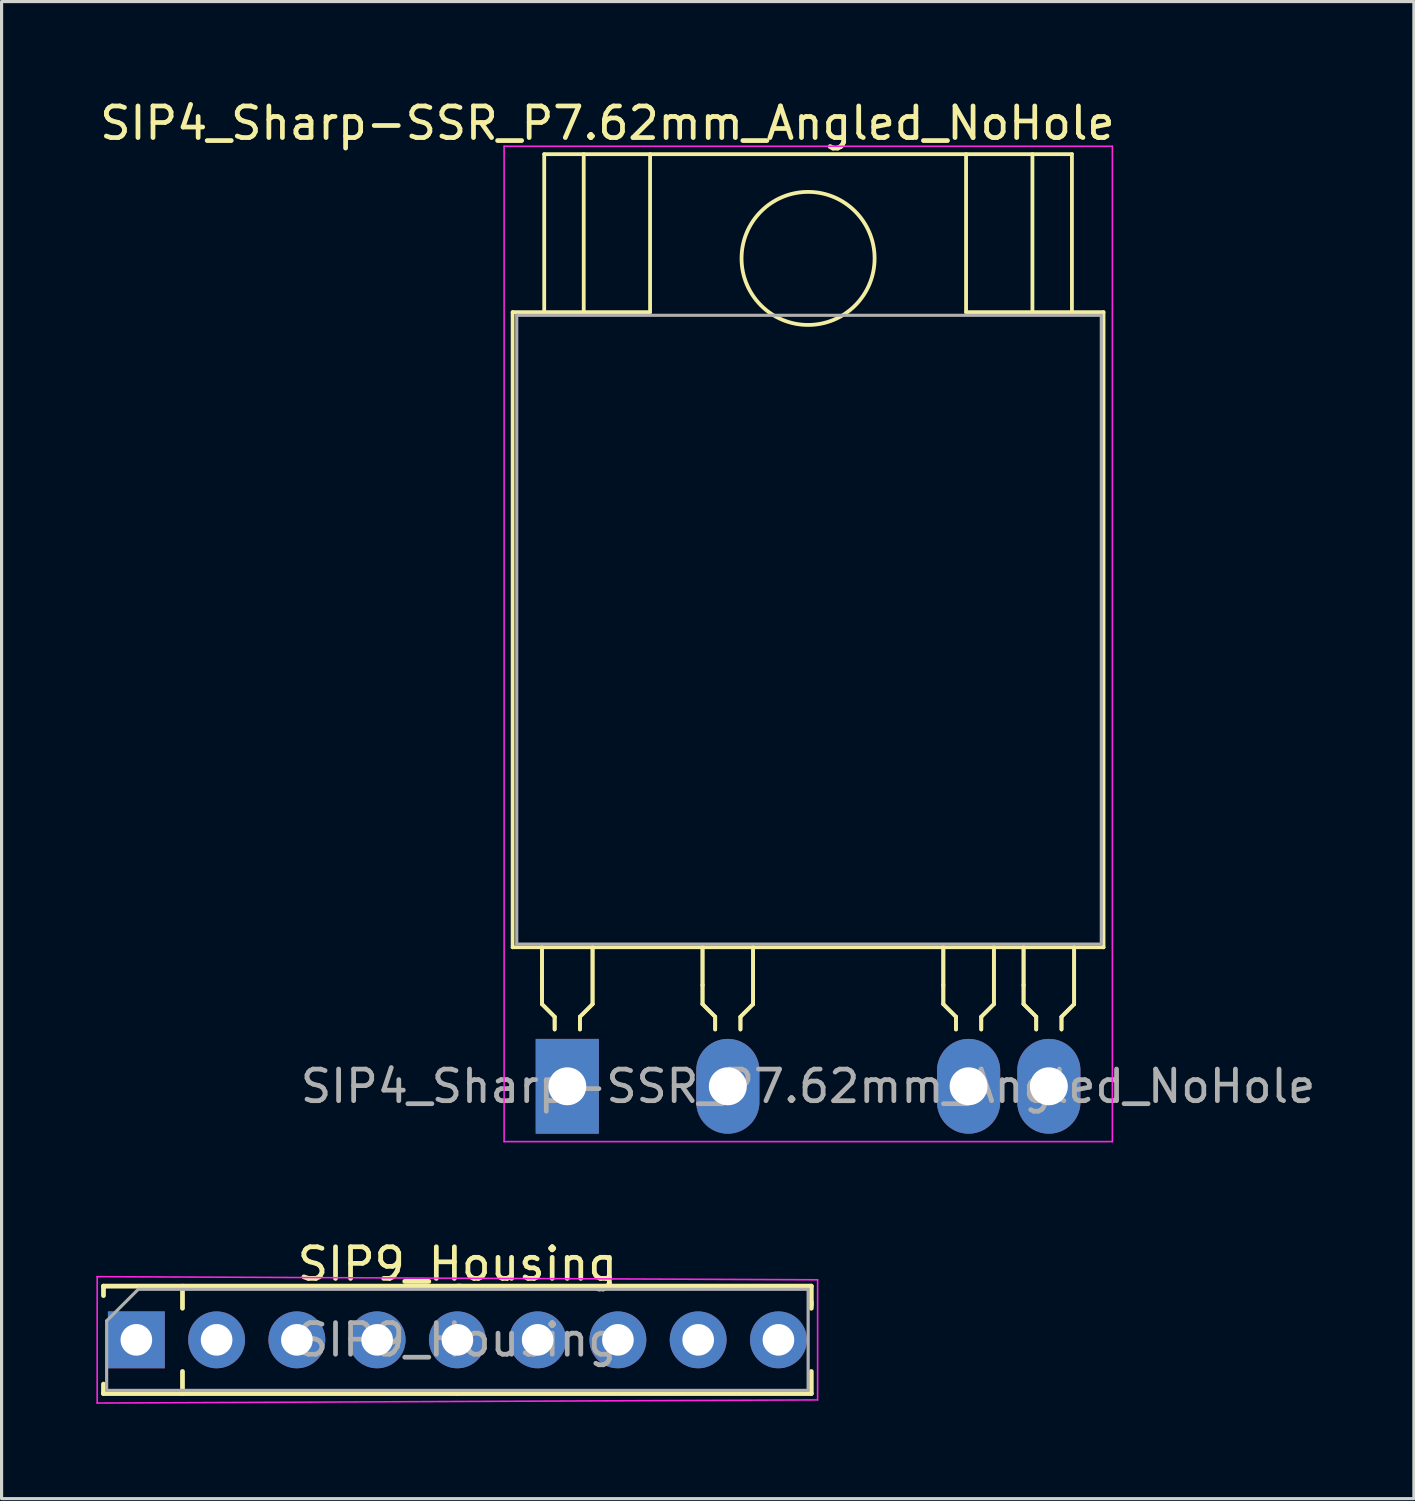
<source format=kicad_pcb>
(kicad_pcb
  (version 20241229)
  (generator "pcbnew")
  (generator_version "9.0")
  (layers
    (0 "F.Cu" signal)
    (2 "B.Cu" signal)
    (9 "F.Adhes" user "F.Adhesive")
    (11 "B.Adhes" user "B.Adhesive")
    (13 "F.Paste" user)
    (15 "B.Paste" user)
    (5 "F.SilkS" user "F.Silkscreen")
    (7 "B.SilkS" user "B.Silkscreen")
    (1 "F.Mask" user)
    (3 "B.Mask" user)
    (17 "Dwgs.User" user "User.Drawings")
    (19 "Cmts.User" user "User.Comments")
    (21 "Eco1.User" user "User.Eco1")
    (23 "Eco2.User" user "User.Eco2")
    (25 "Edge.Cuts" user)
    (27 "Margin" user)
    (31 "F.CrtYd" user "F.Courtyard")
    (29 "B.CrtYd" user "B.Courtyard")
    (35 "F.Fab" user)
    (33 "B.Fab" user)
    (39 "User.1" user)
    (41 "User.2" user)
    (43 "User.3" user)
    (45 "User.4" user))
  (footprint "SIP4_Sharp-SSR_P7.62mm_Angled_NoHole"
    (layer "F.Cu")
    (at 14.903 31.328)
    (property "Reference" "SIP4_Sharp-SSR_P7.62mm_Angled_NoHole" (at 1.27 -30.48 0) (layer "F.SilkS") (effects (font (size 1 1) (thickness 0.15))))
    (attr through_hole)
    (fp_line (start -1.73 -24.5) (end 2.62 -24.5) (stroke (width 0.12) (type solid)) (layer "F.SilkS"))
    (fp_line (start -1.73 -4.4) (end -1.73 -24.5) (stroke (width 0.12) (type solid)) (layer "F.SilkS"))
    (fp_line (start -0.8 -3.2) (end -0.8 -4.4) (stroke (width 0.12) (type solid)) (layer "F.SilkS"))
    (fp_line (start -0.8 -3.2) (end -0.8 -4.4) (stroke (width 0.12) (type solid)) (layer "F.SilkS"))
    (fp_line (start -0.8 -2.6) (end -0.8 -3.2) (stroke (width 0.12) (type solid)) (layer "F.SilkS"))
    (fp_line (start -0.8 -2.6) (end -0.8 -3.2) (stroke (width 0.12) (type solid)) (layer "F.SilkS"))
    (fp_line (start -0.73 -29.5) (end 15.97 -29.5) (stroke (width 0.12) (type solid)) (layer "F.SilkS"))
    (fp_line (start -0.73 -24.5) (end -0.73 -29.5) (stroke (width 0.12) (type solid)) (layer "F.SilkS"))
    (fp_line (start -0.4 -2.2) (end -0.8 -2.6) (stroke (width 0.12) (type solid)) (layer "F.SilkS"))
    (fp_line (start -0.4 -2.2) (end -0.8 -2.6) (stroke (width 0.12) (type solid)) (layer "F.SilkS"))
    (fp_line (start -0.4 -2.2) (end -0.4 -1.8) (stroke (width 0.12) (type solid)) (layer "F.SilkS"))
    (fp_line (start -0.4 -2.2) (end -0.4 -1.8) (stroke (width 0.12) (type solid)) (layer "F.SilkS"))
    (fp_line (start 0.4 -2.2) (end 0.8 -2.6) (stroke (width 0.12) (type solid)) (layer "F.SilkS"))
    (fp_line (start 0.4 -2.2) (end 0.8 -2.6) (stroke (width 0.12) (type solid)) (layer "F.SilkS"))
    (fp_line (start 0.4 -1.8) (end 0.4 -2.2) (stroke (width 0.12) (type solid)) (layer "F.SilkS"))
    (fp_line (start 0.4 -1.8) (end 0.4 -2.2) (stroke (width 0.12) (type solid)) (layer "F.SilkS"))
    (fp_line (start 0.52 -24.5) (end 0.52 -29.5) (stroke (width 0.12) (type solid)) (layer "F.SilkS"))
    (fp_line (start 0.8 -2.6) (end 0.8 -4.4) (stroke (width 0.12) (type solid)) (layer "F.SilkS"))
    (fp_line (start 0.8 -2.6) (end 0.8 -4.4) (stroke (width 0.12) (type solid)) (layer "F.SilkS"))
    (fp_line (start 2.62 -29.5) (end 2.62 -24.5) (stroke (width 0.12) (type solid)) (layer "F.SilkS"))
    (fp_line (start 4.28 -3.2) (end 4.28 -4.4) (stroke (width 0.12) (type solid)) (layer "F.SilkS"))
    (fp_line (start 4.28 -3.2) (end 4.28 -4.4) (stroke (width 0.12) (type solid)) (layer "F.SilkS"))
    (fp_line (start 4.28 -2.6) (end 4.28 -3.2) (stroke (width 0.12) (type solid)) (layer "F.SilkS"))
    (fp_line (start 4.28 -2.6) (end 4.28 -3.2) (stroke (width 0.12) (type solid)) (layer "F.SilkS"))
    (fp_line (start 4.68 -2.2) (end 4.28 -2.6) (stroke (width 0.12) (type solid)) (layer "F.SilkS"))
    (fp_line (start 4.68 -2.2) (end 4.28 -2.6) (stroke (width 0.12) (type solid)) (layer "F.SilkS"))
    (fp_line (start 4.68 -2.2) (end 4.68 -1.8) (stroke (width 0.12) (type solid)) (layer "F.SilkS"))
    (fp_line (start 4.68 -2.2) (end 4.68 -1.8) (stroke (width 0.12) (type solid)) (layer "F.SilkS"))
    (fp_line (start 5.48 -2.2) (end 5.88 -2.6) (stroke (width 0.12) (type solid)) (layer "F.SilkS"))
    (fp_line (start 5.48 -2.2) (end 5.88 -2.6) (stroke (width 0.12) (type solid)) (layer "F.SilkS"))
    (fp_line (start 5.48 -1.8) (end 5.48 -2.2) (stroke (width 0.12) (type solid)) (layer "F.SilkS"))
    (fp_line (start 5.48 -1.8) (end 5.48 -2.2) (stroke (width 0.12) (type solid)) (layer "F.SilkS"))
    (fp_line (start 5.88 -2.6) (end 5.88 -4.4) (stroke (width 0.12) (type solid)) (layer "F.SilkS"))
    (fp_line (start 5.88 -2.6) (end 5.88 -4.4) (stroke (width 0.12) (type solid)) (layer "F.SilkS"))
    (fp_line (start 11.9 -3.2) (end 11.9 -4.4) (stroke (width 0.12) (type solid)) (layer "F.SilkS"))
    (fp_line (start 11.9 -3.2) (end 11.9 -4.4) (stroke (width 0.12) (type solid)) (layer "F.SilkS"))
    (fp_line (start 11.9 -2.6) (end 11.9 -3.2) (stroke (width 0.12) (type solid)) (layer "F.SilkS"))
    (fp_line (start 11.9 -2.6) (end 11.9 -3.2) (stroke (width 0.12) (type solid)) (layer "F.SilkS"))
    (fp_line (start 12.3 -2.2) (end 11.9 -2.6) (stroke (width 0.12) (type solid)) (layer "F.SilkS"))
    (fp_line (start 12.3 -2.2) (end 11.9 -2.6) (stroke (width 0.12) (type solid)) (layer "F.SilkS"))
    (fp_line (start 12.3 -2.2) (end 12.3 -1.8) (stroke (width 0.12) (type solid)) (layer "F.SilkS"))
    (fp_line (start 12.3 -2.2) (end 12.3 -1.8) (stroke (width 0.12) (type solid)) (layer "F.SilkS"))
    (fp_line (start 12.62 -29.5) (end 12.62 -24.5) (stroke (width 0.12) (type solid)) (layer "F.SilkS"))
    (fp_line (start 12.62 -24.5) (end 16.97 -24.5) (stroke (width 0.12) (type solid)) (layer "F.SilkS"))
    (fp_line (start 13.1 -2.2) (end 13.5 -2.6) (stroke (width 0.12) (type solid)) (layer "F.SilkS"))
    (fp_line (start 13.1 -2.2) (end 13.5 -2.6) (stroke (width 0.12) (type solid)) (layer "F.SilkS"))
    (fp_line (start 13.1 -1.8) (end 13.1 -2.2) (stroke (width 0.12) (type solid)) (layer "F.SilkS"))
    (fp_line (start 13.1 -1.8) (end 13.1 -2.2) (stroke (width 0.12) (type solid)) (layer "F.SilkS"))
    (fp_line (start 13.5 -2.6) (end 13.5 -4.4) (stroke (width 0.12) (type solid)) (layer "F.SilkS"))
    (fp_line (start 13.5 -2.6) (end 13.5 -4.4) (stroke (width 0.12) (type solid)) (layer "F.SilkS"))
    (fp_line (start 14.44 -3.2) (end 14.44 -4.4) (stroke (width 0.12) (type solid)) (layer "F.SilkS"))
    (fp_line (start 14.44 -3.2) (end 14.44 -4.4) (stroke (width 0.12) (type solid)) (layer "F.SilkS"))
    (fp_line (start 14.44 -2.6) (end 14.44 -3.2) (stroke (width 0.12) (type solid)) (layer "F.SilkS"))
    (fp_line (start 14.44 -2.6) (end 14.44 -3.2) (stroke (width 0.12) (type solid)) (layer "F.SilkS"))
    (fp_line (start 14.72 -24.5) (end 14.72 -29.5) (stroke (width 0.12) (type solid)) (layer "F.SilkS"))
    (fp_line (start 14.84 -2.2) (end 14.44 -2.6) (stroke (width 0.12) (type solid)) (layer "F.SilkS"))
    (fp_line (start 14.84 -2.2) (end 14.44 -2.6) (stroke (width 0.12) (type solid)) (layer "F.SilkS"))
    (fp_line (start 14.84 -2.2) (end 14.84 -1.8) (stroke (width 0.12) (type solid)) (layer "F.SilkS"))
    (fp_line (start 14.84 -2.2) (end 14.84 -1.8) (stroke (width 0.12) (type solid)) (layer "F.SilkS"))
    (fp_line (start 15.64 -2.2) (end 16.04 -2.6) (stroke (width 0.12) (type solid)) (layer "F.SilkS"))
    (fp_line (start 15.64 -2.2) (end 16.04 -2.6) (stroke (width 0.12) (type solid)) (layer "F.SilkS"))
    (fp_line (start 15.64 -1.8) (end 15.64 -2.2) (stroke (width 0.12) (type solid)) (layer "F.SilkS"))
    (fp_line (start 15.64 -1.8) (end 15.64 -2.2) (stroke (width 0.12) (type solid)) (layer "F.SilkS"))
    (fp_line (start 15.97 -24.5) (end 15.97 -29.5) (stroke (width 0.12) (type solid)) (layer "F.SilkS"))
    (fp_line (start 16.04 -2.6) (end 16.04 -4.4) (stroke (width 0.12) (type solid)) (layer "F.SilkS"))
    (fp_line (start 16.04 -2.6) (end 16.04 -4.4) (stroke (width 0.12) (type solid)) (layer "F.SilkS"))
    (fp_line (start 16.97 -24.5) (end 16.97 -4.4) (stroke (width 0.12) (type solid)) (layer "F.SilkS"))
    (fp_line (start 16.97 -4.4) (end -1.73 -4.4) (stroke (width 0.12) (type solid)) (layer "F.SilkS"))
    (fp_circle (center 7.62 -26.2) (end 9.35 -27.4) (stroke (width 0.12) (type solid)) (fill no) (layer "F.SilkS"))
    (fp_line (start -2 -29.75) (end 17.25 -29.75) (stroke (width 0.05) (type solid)) (layer "F.CrtYd"))
    (fp_line (start -2 1.75) (end -2 -29.75) (stroke (width 0.05) (type solid)) (layer "F.CrtYd"))
    (fp_line (start 17.25 -29.75) (end 17.25 1.75) (stroke (width 0.05) (type solid)) (layer "F.CrtYd"))
    (fp_line (start 17.25 1.75) (end -2 1.75) (stroke (width 0.05) (type solid)) (layer "F.CrtYd"))
    (fp_line (start -1.6 -24.4) (end 16.9 -24.4) (stroke (width 0.1) (type solid)) (layer "F.Fab"))
    (fp_line (start -1.6 -4.5) (end -1.6 -24.4) (stroke (width 0.1) (type solid)) (layer "F.Fab"))
    (fp_line (start 16.9 -24.4) (end 16.9 -4.5) (stroke (width 0.1) (type solid)) (layer "F.Fab"))
    (fp_line (start 16.9 -4.5) (end -1.6 -4.5) (stroke (width 0.1) (type solid)) (layer "F.Fab"))
    (fp_text user "${REFERENCE}" (at 7.62 0 0) (layer "F.Fab") (effects (font (size 1 1) (thickness 0.15))))
    (pad "1" thru_hole rect (at 0 0) (size 2 3) (drill 1.2) (layers "*.Cu" "*.Mask"))
    (pad "2" thru_hole oval (at 5.08 0) (size 2 3) (drill 1.2) (layers "*.Cu" "*.Mask"))
    (pad "3" thru_hole oval (at 12.7 0) (size 2 3) (drill 1.2) (layers "*.Cu" "*.Mask"))
    (pad "4" thru_hole oval (at 15.24 0) (size 2 3) (drill 1.2) (layers "*.Cu" "*.Mask")))
  (footprint "SIP9_Housing"
    (layer "F.Cu")
    (at 1.265 39.352)
    (property "Reference" "SIP9_Housing" (at 10.16 -2.4 0) (layer "F.SilkS") (effects (font (size 1 1) (thickness 0.15))))
    (attr through_hole)
    (fp_line (start -1.04 -1.7) (end -1.04 -1.4) (stroke (width 0.15) (type solid)) (layer "F.SilkS"))
    (fp_line (start -1.04 1.7) (end -1.04 1.4) (stroke (width 0.15) (type solid)) (layer "F.SilkS"))
    (fp_line (start 1.46 -1.7) (end 1.46 -1) (stroke (width 0.15) (type solid)) (layer "F.SilkS"))
    (fp_line (start 1.46 1.7) (end 1.46 1) (stroke (width 0.15) (type solid)) (layer "F.SilkS"))
    (fp_line (start 10.16 -1.7) (end 21.36 -1.7) (stroke (width 0.15) (type solid)) (layer "F.SilkS"))
    (fp_line (start 10.16 1.7) (end -1.04 1.7) (stroke (width 0.15) (type solid)) (layer "F.SilkS"))
    (fp_line (start 10.16 1.7) (end 21.36 1.7) (stroke (width 0.15) (type solid)) (layer "F.SilkS"))
    (fp_line (start 10.26 -1.7) (end -1.04 -1.7) (stroke (width 0.15) (type solid)) (layer "F.SilkS"))
    (fp_line (start 21.36 -1.7) (end 21.36 -1.1) (stroke (width 0.15) (type solid)) (layer "F.SilkS"))
    (fp_line (start 21.36 -1.2) (end 21.36 -1) (stroke (width 0.15) (type solid)) (layer "F.SilkS"))
    (fp_line (start 21.36 1.7) (end 21.36 1) (stroke (width 0.15) (type solid)) (layer "F.SilkS"))
    (fp_line (start -1.24 -2) (end -1.24 2) (stroke (width 0.05) (type solid)) (layer "F.CrtYd"))
    (fp_line (start -1.24 2) (end 21.56 1.9) (stroke (width 0.05) (type solid)) (layer "F.CrtYd"))
    (fp_line (start 21.56 -1.9) (end -1.24 -2) (stroke (width 0.05) (type solid)) (layer "F.CrtYd"))
    (fp_line (start 21.56 1.9) (end 21.56 -1.9) (stroke (width 0.05) (type solid)) (layer "F.CrtYd"))
    (fp_line (start -0.94 -0.6) (end 0.06 -1.6) (stroke (width 0.1) (type solid)) (layer "F.Fab"))
    (fp_line (start -0.94 1.6) (end -0.94 -0.6) (stroke (width 0.1) (type solid)) (layer "F.Fab"))
    (fp_line (start 0.06 -1.6) (end 21.26 -1.6) (stroke (width 0.1) (type solid)) (layer "F.Fab"))
    (fp_line (start 21.26 -1.6) (end 21.26 1.6) (stroke (width 0.1) (type solid)) (layer "F.Fab"))
    (fp_line (start 21.26 1.6) (end -0.94 1.6) (stroke (width 0.1) (type solid)) (layer "F.Fab"))
    (fp_text user "${REFERENCE}" (at 10.16 0 0) (layer "F.Fab") (effects (font (size 1 1) (thickness 0.15))))
    (pad "1" thru_hole rect (at 0 0 90) (size 1.8 1.8) (drill 1) (layers "*.Cu" "*.Mask"))
    (pad "2" thru_hole circle (at 2.54 0 90) (size 1.8 1.8) (drill 1) (layers "*.Cu" "*.Mask"))
    (pad "3" thru_hole circle (at 5.08 0 90) (size 1.8 1.8) (drill 1) (layers "*.Cu" "*.Mask"))
    (pad "4" thru_hole circle (at 7.62 0 90) (size 1.8 1.8) (drill 1) (layers "*.Cu" "*.Mask"))
    (pad "5" thru_hole circle (at 10.16 0 90) (size 1.8 1.8) (drill 1) (layers "*.Cu" "*.Mask"))
    (pad "6" thru_hole circle (at 12.7 0 90) (size 1.8 1.8) (drill 1) (layers "*.Cu" "*.Mask"))
    (pad "7" thru_hole circle (at 15.24 0 90) (size 1.8 1.8) (drill 1) (layers "*.Cu" "*.Mask"))
    (pad "8" thru_hole circle (at 17.78 0 90) (size 1.8 1.8) (drill 1) (layers "*.Cu" "*.Mask"))
    (pad "9" thru_hole circle (at 20.32 0 90) (size 1.8 1.8) (drill 1) (layers "*.Cu" "*.Mask")))
  (gr_rect
    (start -3 -3)
    (end 41.695 44.377)
    (stroke (width 0.1) (type default))
    (fill no)
    (layer "Edge.Cuts")))
</source>
